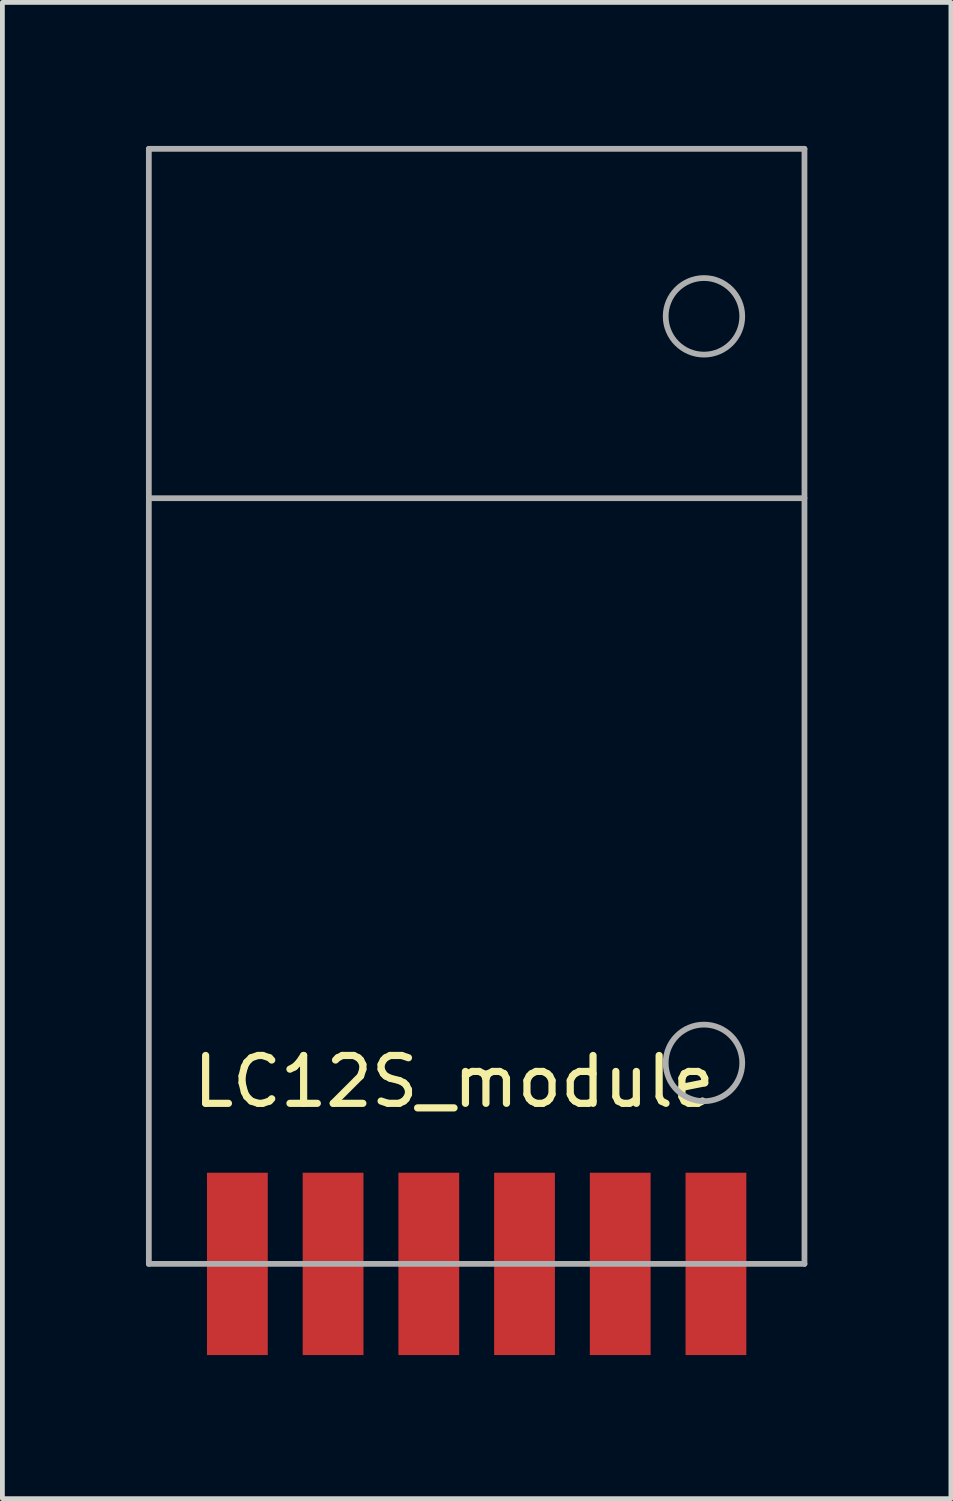
<source format=kicad_pcb>
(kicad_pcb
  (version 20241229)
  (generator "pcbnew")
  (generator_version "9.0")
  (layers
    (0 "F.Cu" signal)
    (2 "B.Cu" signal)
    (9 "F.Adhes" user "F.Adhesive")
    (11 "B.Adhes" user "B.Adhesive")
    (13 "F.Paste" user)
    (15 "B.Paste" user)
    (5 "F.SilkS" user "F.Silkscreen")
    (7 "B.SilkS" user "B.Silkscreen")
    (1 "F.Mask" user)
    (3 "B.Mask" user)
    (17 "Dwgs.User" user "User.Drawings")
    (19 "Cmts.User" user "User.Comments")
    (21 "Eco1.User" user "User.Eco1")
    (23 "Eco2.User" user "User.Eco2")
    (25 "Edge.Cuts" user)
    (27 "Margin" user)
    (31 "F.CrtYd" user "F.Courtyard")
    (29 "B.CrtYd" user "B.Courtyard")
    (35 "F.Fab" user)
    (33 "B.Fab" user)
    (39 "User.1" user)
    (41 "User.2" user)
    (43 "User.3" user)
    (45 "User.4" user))
  (footprint "LC12S_module"
    (layer "F.Cu")
    (at 1.91 23.36)
    (property "Reference" "LC12S_module" (at -1 -3.81 0) (layer "F.SilkS") (effects (font (size 1 1) (thickness 0.15)) (justify left)))
    (attr through_hole)
    (fp_line (start -1.85 -23.3) (end 11.85 -23.3) (stroke (width 0.12) (type solid)) (layer "F.Fab"))
    (fp_line (start -1.85 -16) (end 11.85 -16) (stroke (width 0.12) (type solid)) (layer "F.Fab"))
    (fp_line (start -1.85 0) (end -1.85 -23.3) (stroke (width 0.12) (type solid)) (layer "F.Fab"))
    (fp_line (start -1.85 0) (end 11.85 0) (stroke (width 0.12) (type solid)) (layer "F.Fab"))
    (fp_line (start 11.85 0) (end 11.85 -23.3) (stroke (width 0.12) (type solid)) (layer "F.Fab"))
    (fp_circle (center 9.75 -19.8) (end 10.55 -19.8) (stroke (width 0.12) (type solid)) (fill no) (layer "F.Fab"))
    (fp_circle (center 9.75 -4.2) (end 10.55 -4.2) (stroke (width 0.12) (type solid)) (fill no) (layer "F.Fab"))
    (pad "1" smd rect (at 0 0) (size 1.27 3.81) (layers "F.Cu" "F.Mask" "F.Paste"))
    (pad "2" smd rect (at 2 0) (size 1.27 3.81) (layers "F.Cu" "F.Mask" "F.Paste"))
    (pad "3" smd rect (at 4 0) (size 1.27 3.81) (layers "F.Cu" "F.Mask" "F.Paste"))
    (pad "4" smd rect (at 6 0) (size 1.27 3.81) (layers "F.Cu" "F.Mask" "F.Paste"))
    (pad "5" smd rect (at 8 0) (size 1.27 3.81) (layers "F.Cu" "F.Mask" "F.Paste"))
    (pad "6" smd rect (at 10 0) (size 1.27 3.81) (layers "F.Cu" "F.Mask" "F.Paste")))
  (gr_rect
    (start -3 -3)
    (end 16.82 28.265)
    (stroke (width 0.1) (type default))
    (fill no)
    (layer "Edge.Cuts")))
</source>
